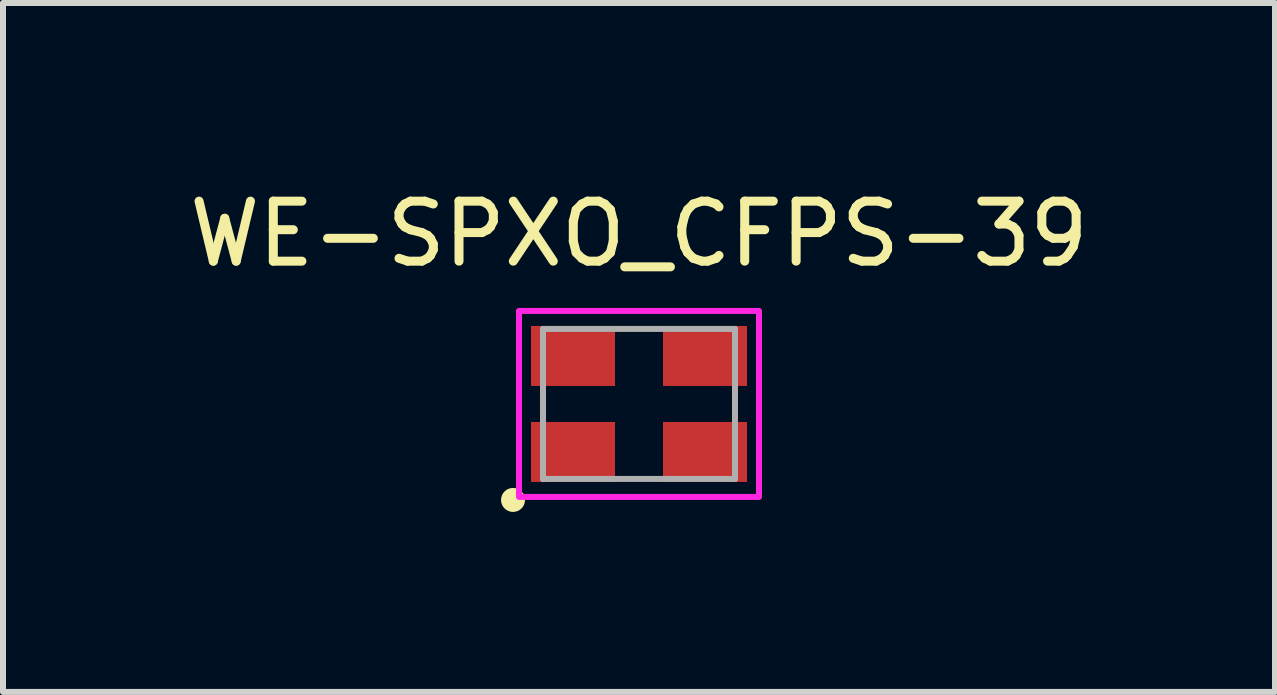
<source format=kicad_pcb>
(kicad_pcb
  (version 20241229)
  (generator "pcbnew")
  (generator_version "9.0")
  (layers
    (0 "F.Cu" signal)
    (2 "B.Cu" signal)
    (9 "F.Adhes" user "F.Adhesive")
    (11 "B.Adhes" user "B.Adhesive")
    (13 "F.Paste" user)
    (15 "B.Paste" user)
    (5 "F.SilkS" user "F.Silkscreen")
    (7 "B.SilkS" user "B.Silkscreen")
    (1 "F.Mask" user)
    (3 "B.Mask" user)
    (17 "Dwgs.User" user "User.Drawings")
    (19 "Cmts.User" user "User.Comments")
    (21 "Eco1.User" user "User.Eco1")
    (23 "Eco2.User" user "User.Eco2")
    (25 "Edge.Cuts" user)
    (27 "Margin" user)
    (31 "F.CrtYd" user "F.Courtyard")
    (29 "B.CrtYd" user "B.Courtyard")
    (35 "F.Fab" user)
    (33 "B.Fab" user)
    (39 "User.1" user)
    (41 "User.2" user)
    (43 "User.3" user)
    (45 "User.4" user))
  (footprint "WE-SPXO_CFPS-39"
    (layer "F.Cu")
    (at 7.601 3.683)
    (property "Reference" "WE-SPXO_CFPS-39" (at 0 -2.835 0) (layer "F.SilkS") (effects (font (size 1 1) (thickness 0.15))))
    (attr smd)
    (fp_circle (center -2.1 1.6) (end -2 1.6) (stroke (width 0.2) (type solid)) (fill no) (layer "F.SilkS"))
    (fp_poly (pts (xy -2 -1.55) (xy 2 -1.55) (xy 2 1.55) (xy -2 1.55)) (stroke (width 0.1) (type solid)) (fill no) (layer "F.CrtYd"))
    (fp_line (start -1.6 -1.25) (end 1.6 -1.25) (stroke (width 0.1) (type solid)) (layer "F.Fab"))
    (fp_line (start -1.6 1.25) (end -1.6 -1.25) (stroke (width 0.1) (type solid)) (layer "F.Fab"))
    (fp_line (start 1.6 -1.25) (end 1.6 1.25) (stroke (width 0.1) (type solid)) (layer "F.Fab"))
    (fp_line (start 1.6 1.25) (end -1.6 1.25) (stroke (width 0.1) (type solid)) (layer "F.Fab"))
    (pad "1" smd rect (at -1.1 0.8) (size 1.4 1) (layers "F.Cu" "F.Mask" "F.Paste"))
    (pad "2" smd rect (at 1.1 0.8) (size 1.4 1) (layers "F.Cu" "F.Mask" "F.Paste"))
    (pad "3" smd rect (at 1.1 -0.8) (size 1.4 1) (layers "F.Cu" "F.Mask" "F.Paste"))
    (pad "4" smd rect (at -1.1 -0.8) (size 1.4 1) (layers "F.Cu" "F.Mask" "F.Paste")))
  (gr_rect
    (start -3 -3)
    (end 18.202 8.483)
    (stroke (width 0.1) (type default))
    (fill no)
    (layer "Edge.Cuts")))
</source>
